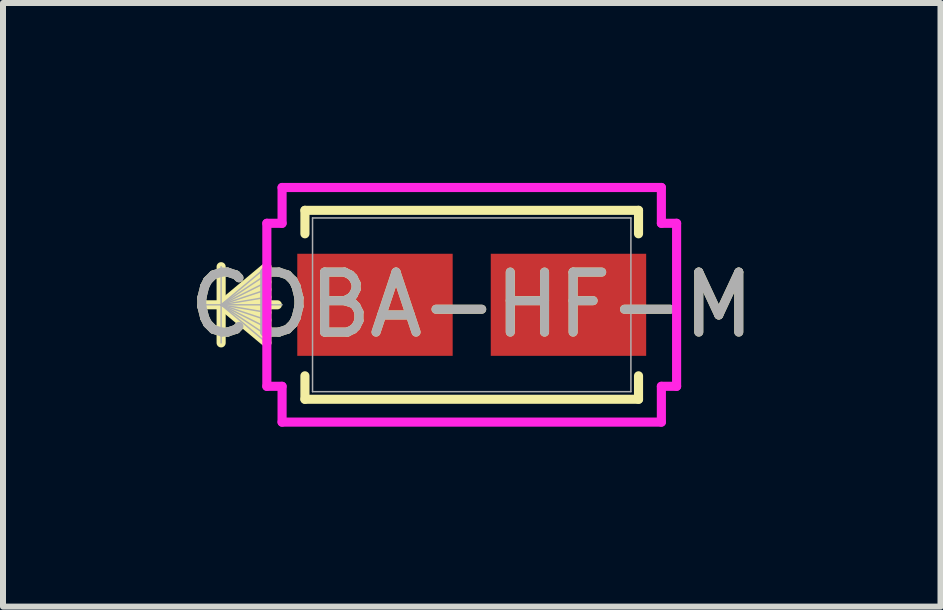
<source format=kicad_pcb>
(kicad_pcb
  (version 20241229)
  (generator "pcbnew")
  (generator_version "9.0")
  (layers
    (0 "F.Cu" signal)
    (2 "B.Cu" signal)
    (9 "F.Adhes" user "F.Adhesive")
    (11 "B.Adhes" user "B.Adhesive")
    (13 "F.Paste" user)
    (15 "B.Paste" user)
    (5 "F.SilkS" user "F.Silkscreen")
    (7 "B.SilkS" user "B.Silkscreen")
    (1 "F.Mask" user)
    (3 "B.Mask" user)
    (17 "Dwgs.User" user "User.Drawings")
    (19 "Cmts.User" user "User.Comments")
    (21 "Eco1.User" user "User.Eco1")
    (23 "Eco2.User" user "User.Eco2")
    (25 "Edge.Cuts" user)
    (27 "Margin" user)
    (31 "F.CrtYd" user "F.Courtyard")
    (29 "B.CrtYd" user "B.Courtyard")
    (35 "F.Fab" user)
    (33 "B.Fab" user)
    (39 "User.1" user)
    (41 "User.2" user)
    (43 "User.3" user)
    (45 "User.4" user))
  (footprint "CDBA-HF-M"
    (layer "F.Cu")
    (at 4.815 2.032)
    (property "Reference" "CDBA-HF-M" (at 0 0 0) (unlocked yes) (layer "F.SilkS") (effects (font (size 1 1) (thickness 0.15))))
    (attr smd)
    (fp_line (start -4.178 -0.635) (end -4.178 0.635) (stroke (width 0.152) (type solid)) (layer "F.SilkS"))
    (fp_line (start -4.178 0) (end -3.416 -0.635) (stroke (width 0.152) (type solid)) (layer "F.SilkS"))
    (fp_line (start -4.178 0) (end -3.416 -0.508) (stroke (width 0.152) (type solid)) (layer "F.SilkS"))
    (fp_line (start -4.178 0) (end -3.416 -0.381) (stroke (width 0.152) (type solid)) (layer "F.SilkS"))
    (fp_line (start -4.178 0) (end -3.416 -0.254) (stroke (width 0.152) (type solid)) (layer "F.SilkS"))
    (fp_line (start -4.178 0) (end -3.416 -0.127) (stroke (width 0.152) (type solid)) (layer "F.SilkS"))
    (fp_line (start -4.178 0) (end -3.416 0.127) (stroke (width 0.152) (type solid)) (layer "F.SilkS"))
    (fp_line (start -4.178 0) (end -3.416 0.254) (stroke (width 0.152) (type solid)) (layer "F.SilkS"))
    (fp_line (start -4.178 0) (end -3.416 0.381) (stroke (width 0.152) (type solid)) (layer "F.SilkS"))
    (fp_line (start -4.178 0) (end -3.416 0.508) (stroke (width 0.152) (type solid)) (layer "F.SilkS"))
    (fp_line (start -4.178 0) (end -3.416 0.635) (stroke (width 0.152) (type solid)) (layer "F.SilkS"))
    (fp_line (start -3.416 -0.635) (end -3.416 0.635) (stroke (width 0.152) (type solid)) (layer "F.SilkS"))
    (fp_line (start -3.241 0) (end -4.432 0) (stroke (width 0.152) (type solid)) (layer "F.SilkS"))
    (fp_line (start -2.781 -1.575) (end -2.781 -1.184) (stroke (width 0.152) (type solid)) (layer "F.SilkS"))
    (fp_line (start -2.781 1.184) (end -2.781 1.575) (stroke (width 0.152) (type solid)) (layer "F.SilkS"))
    (fp_line (start -2.781 1.575) (end 2.781 1.575) (stroke (width 0.152) (type solid)) (layer "F.SilkS"))
    (fp_line (start 2.781 -1.575) (end -2.781 -1.575) (stroke (width 0.152) (type solid)) (layer "F.SilkS"))
    (fp_line (start 2.781 -1.184) (end 2.781 -1.575) (stroke (width 0.152) (type solid)) (layer "F.SilkS"))
    (fp_line (start 2.781 1.575) (end 2.781 1.184) (stroke (width 0.152) (type solid)) (layer "F.SilkS"))
    (fp_line (start -3.416 -1.359) (end -3.162 -1.359) (stroke (width 0.152) (type solid)) (layer "F.CrtYd"))
    (fp_line (start -3.416 1.359) (end -3.416 -1.359) (stroke (width 0.152) (type solid)) (layer "F.CrtYd"))
    (fp_line (start -3.162 -1.956) (end 3.162 -1.956) (stroke (width 0.152) (type solid)) (layer "F.CrtYd"))
    (fp_line (start -3.162 -1.359) (end -3.162 -1.956) (stroke (width 0.152) (type solid)) (layer "F.CrtYd"))
    (fp_line (start -3.162 1.359) (end -3.416 1.359) (stroke (width 0.152) (type solid)) (layer "F.CrtYd"))
    (fp_line (start -3.162 1.956) (end -3.162 1.359) (stroke (width 0.152) (type solid)) (layer "F.CrtYd"))
    (fp_line (start 3.162 -1.956) (end 3.162 -1.359) (stroke (width 0.152) (type solid)) (layer "F.CrtYd"))
    (fp_line (start 3.162 -1.359) (end 3.416 -1.359) (stroke (width 0.152) (type solid)) (layer "F.CrtYd"))
    (fp_line (start 3.162 1.359) (end 3.162 1.956) (stroke (width 0.152) (type solid)) (layer "F.CrtYd"))
    (fp_line (start 3.162 1.956) (end -3.162 1.956) (stroke (width 0.152) (type solid)) (layer "F.CrtYd"))
    (fp_line (start 3.416 -1.359) (end 3.416 1.359) (stroke (width 0.152) (type solid)) (layer "F.CrtYd"))
    (fp_line (start 3.416 1.359) (end 3.162 1.359) (stroke (width 0.152) (type solid)) (layer "F.CrtYd"))
    (fp_line (start -4.178 -0.635) (end -4.178 0.635) (stroke (width 0.025) (type solid)) (layer "F.Fab"))
    (fp_line (start -4.178 0) (end -3.416 -0.635) (stroke (width 0.025) (type solid)) (layer "F.Fab"))
    (fp_line (start -4.178 0) (end -3.416 -0.508) (stroke (width 0.025) (type solid)) (layer "F.Fab"))
    (fp_line (start -4.178 0) (end -3.416 -0.381) (stroke (width 0.025) (type solid)) (layer "F.Fab"))
    (fp_line (start -4.178 0) (end -3.416 -0.254) (stroke (width 0.025) (type solid)) (layer "F.Fab"))
    (fp_line (start -4.178 0) (end -3.416 -0.127) (stroke (width 0.025) (type solid)) (layer "F.Fab"))
    (fp_line (start -4.178 0) (end -3.416 0.127) (stroke (width 0.025) (type solid)) (layer "F.Fab"))
    (fp_line (start -4.178 0) (end -3.416 0.254) (stroke (width 0.025) (type solid)) (layer "F.Fab"))
    (fp_line (start -4.178 0) (end -3.416 0.381) (stroke (width 0.025) (type solid)) (layer "F.Fab"))
    (fp_line (start -4.178 0) (end -3.416 0.508) (stroke (width 0.025) (type solid)) (layer "F.Fab"))
    (fp_line (start -4.178 0) (end -3.416 0.635) (stroke (width 0.025) (type solid)) (layer "F.Fab"))
    (fp_line (start -3.416 -0.635) (end -3.416 0.635) (stroke (width 0.025) (type solid)) (layer "F.Fab"))
    (fp_line (start -3.162 0) (end -4.432 0) (stroke (width 0.025) (type solid)) (layer "F.Fab"))
    (fp_line (start -2.654 -1.448) (end -2.654 1.448) (stroke (width 0.025) (type solid)) (layer "F.Fab"))
    (fp_line (start -2.654 1.448) (end 2.654 1.448) (stroke (width 0.025) (type solid)) (layer "F.Fab"))
    (fp_line (start 2.654 -1.448) (end -2.654 -1.448) (stroke (width 0.025) (type solid)) (layer "F.Fab"))
    (fp_line (start 2.654 1.448) (end 2.654 -1.448) (stroke (width 0.025) (type solid)) (layer "F.Fab"))
    (fp_text user "${REFERENCE}" (at 0 0 0) (unlocked yes) (layer "F.Fab") (effects (font (size 1 1) (thickness 0.15))))
    (pad "1" smd rect (at -1.613 0 90) (size 1.702 2.591) (layers "F.Cu" "F.Mask" "F.Paste"))
    (pad "2" smd rect (at 1.613 0 90) (size 1.702 2.591) (layers "F.Cu" "F.Mask" "F.Paste"))
    (zone (net_name "") (layer "F.Cu") (hatch full 0.508) (connect_pads) (min_thickness 0.254) (filled_areas_thickness no) (keepout (tracks not_allowed) (vias not_allowed) (pads allowed) (copperpour not_allowed) (footprints allowed)) (placement (enabled no)) (fill) (polygon (pts (xy 2.212 0.635) (xy 7.419 0.635) (xy 7.419 1.13) (xy 2.212 1.13))))
    (zone (net_name "") (layer "F.Cu") (hatch full 0.508) (connect_pads) (min_thickness 0.254) (filled_areas_thickness no) (keepout (tracks not_allowed) (vias not_allowed) (pads allowed) (copperpour not_allowed) (footprints allowed)) (placement (enabled no)) (fill) (polygon (pts (xy 2.212 2.934) (xy 7.419 2.934) (xy 7.419 3.429) (xy 2.212 3.429))))
    (zone (net_name "") (layer "F.Cu") (hatch full 0.508) (connect_pads) (min_thickness 0.254) (filled_areas_thickness no) (keepout (tracks not_allowed) (vias not_allowed) (pads allowed) (copperpour not_allowed) (footprints allowed)) (placement (enabled no)) (fill) (polygon (pts (xy 4.549 1.13) (xy 5.082 1.13) (xy 5.082 2.934) (xy 4.549 2.934)))))
  (gr_rect
    (start -3 -3)
    (end 12.631 7.064)
    (stroke (width 0.1) (type default))
    (fill no)
    (layer "Edge.Cuts")))
</source>
